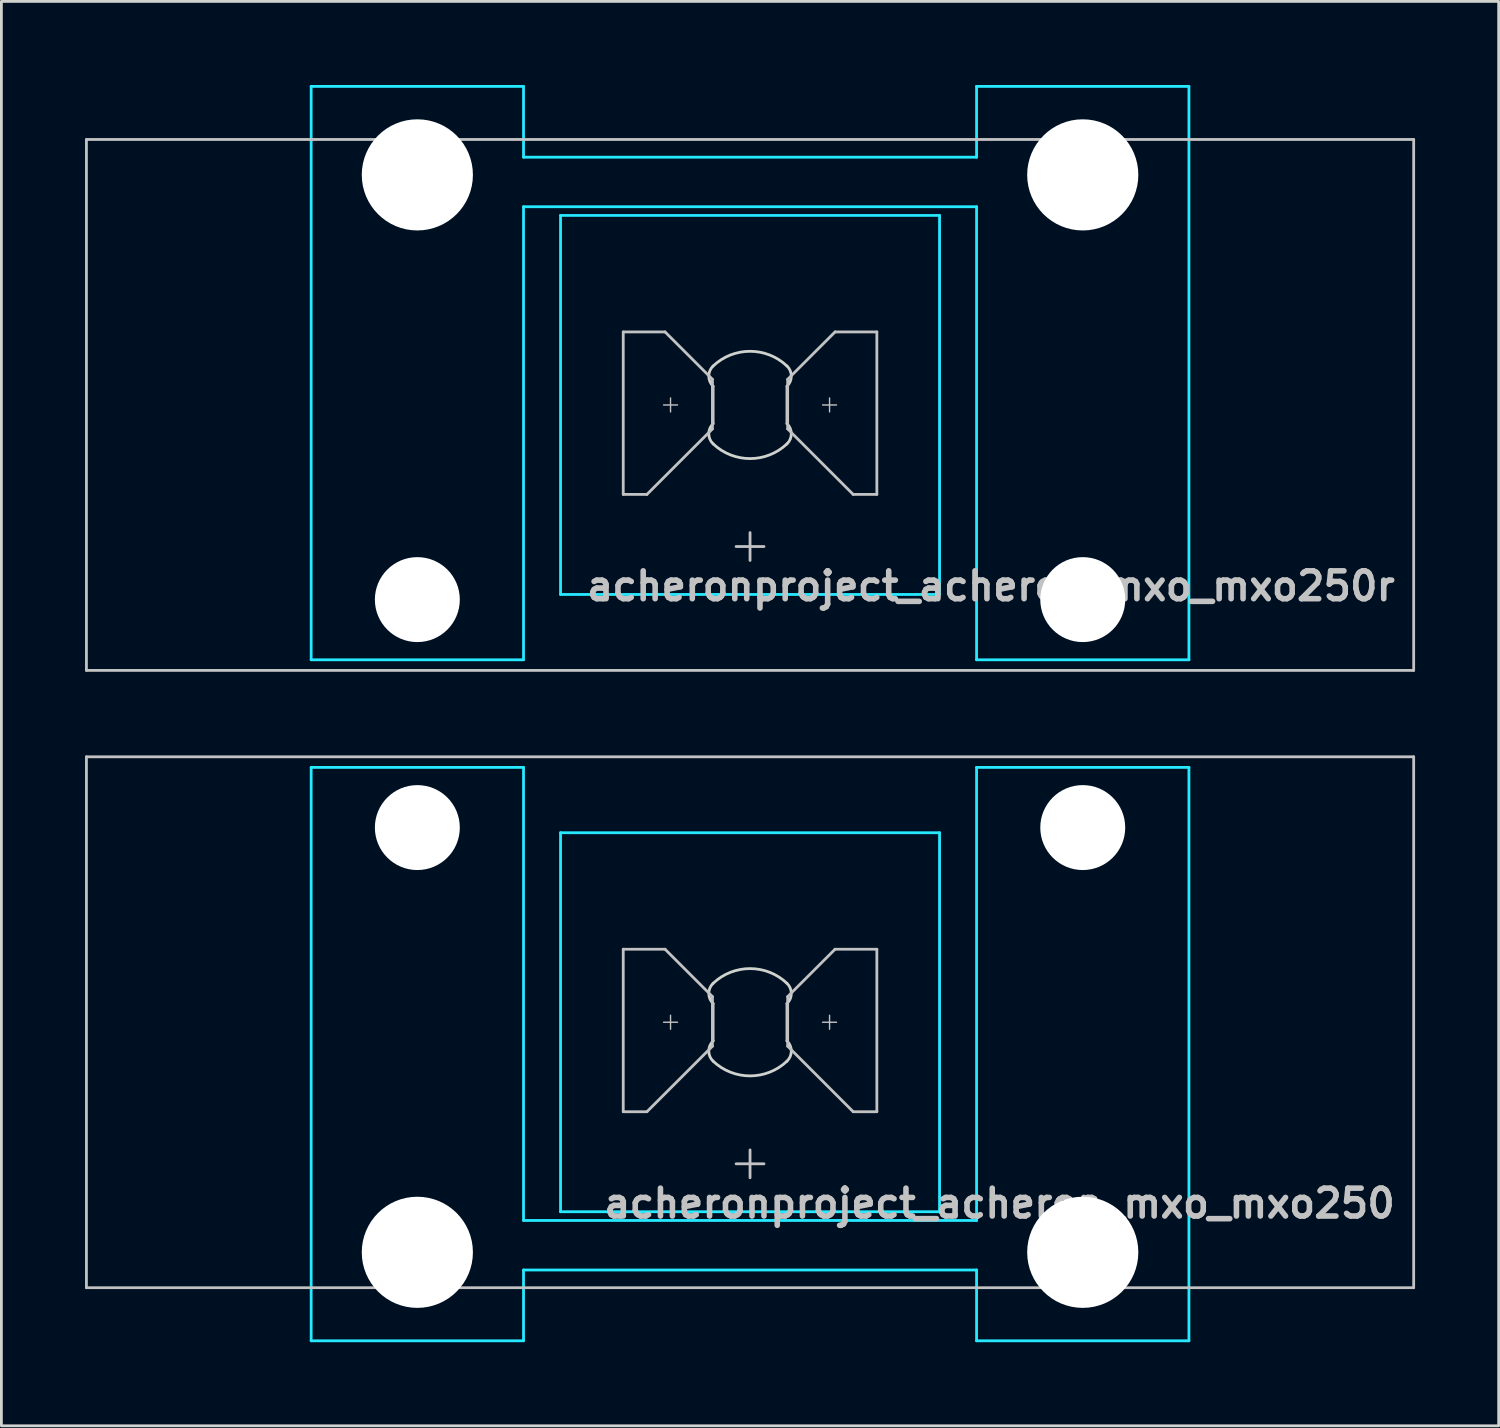
<source format=kicad_pcb>
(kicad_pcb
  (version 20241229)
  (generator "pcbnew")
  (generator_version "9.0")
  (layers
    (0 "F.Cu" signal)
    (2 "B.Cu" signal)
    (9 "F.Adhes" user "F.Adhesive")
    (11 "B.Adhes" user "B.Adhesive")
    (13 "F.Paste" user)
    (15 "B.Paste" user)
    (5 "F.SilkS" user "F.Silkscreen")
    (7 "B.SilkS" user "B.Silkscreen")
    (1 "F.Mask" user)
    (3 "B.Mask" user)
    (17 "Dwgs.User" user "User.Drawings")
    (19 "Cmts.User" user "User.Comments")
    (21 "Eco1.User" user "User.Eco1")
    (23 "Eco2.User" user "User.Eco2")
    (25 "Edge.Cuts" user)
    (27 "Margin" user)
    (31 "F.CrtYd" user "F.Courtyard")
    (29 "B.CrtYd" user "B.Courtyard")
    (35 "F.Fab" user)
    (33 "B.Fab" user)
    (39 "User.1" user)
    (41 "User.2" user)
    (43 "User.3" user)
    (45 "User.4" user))
  (footprint "acheronproject_acheron_mxo_mxo250r"
    (layer "F.Cu")
    (at 23.863 11.48)
    (property "Reference" "acheronproject_acheron_mxo_mxo250r" (at 23.25 6.5 0) (layer "Dwgs.User") (effects (font (size 1 1) (thickness 0.2)) (justify right)))
    (attr through_hole)
    (fp_line (start -23.812 -9.525) (end -23.812 9.525) (stroke (width 0.1) (type solid)) (layer "Dwgs.User"))
    (fp_line (start -23.812 -9.525) (end 23.812 -9.525) (stroke (width 0.1) (type solid)) (layer "Dwgs.User"))
    (fp_line (start -23.812 9.525) (end 23.812 9.525) (stroke (width 0.1) (type solid)) (layer "Dwgs.User"))
    (fp_line (start -4.55 -2.62) (end -3.05 -2.62) (stroke (width 0.1) (type solid)) (layer "Dwgs.User"))
    (fp_line (start -4.55 3.21) (end -4.55 -2.62) (stroke (width 0.1) (type solid)) (layer "Dwgs.User"))
    (fp_line (start -3.7 3.21) (end -4.55 3.21) (stroke (width 0.1) (type solid)) (layer "Dwgs.User"))
    (fp_line (start -3.103 0) (end -2.603 0) (stroke (width 0.05) (type solid)) (layer "Dwgs.User"))
    (fp_line (start -3.05 -2.62) (end -1.35 -0.92) (stroke (width 0.1) (type solid)) (layer "Dwgs.User"))
    (fp_line (start -2.853 -0.25) (end -2.853 0.25) (stroke (width 0.05) (type solid)) (layer "Dwgs.User"))
    (fp_line (start -1.35 -0.92) (end -1.35 0.86) (stroke (width 0.1) (type solid)) (layer "Dwgs.User"))
    (fp_line (start -1.35 0.86) (end -3.7 3.21) (stroke (width 0.1) (type solid)) (layer "Dwgs.User"))
    (fp_line (start -0.5 5.08) (end 0.5 5.08) (stroke (width 0.1) (type solid)) (layer "Dwgs.User"))
    (fp_line (start 0 4.58) (end 0 5.58) (stroke (width 0.1) (type solid)) (layer "Dwgs.User"))
    (fp_line (start 1.35 -0.92) (end 1.35 0.86) (stroke (width 0.1) (type solid)) (layer "Dwgs.User"))
    (fp_line (start 1.35 0.86) (end 3.7 3.21) (stroke (width 0.1) (type solid)) (layer "Dwgs.User"))
    (fp_line (start 2.603 0) (end 3.103 0) (stroke (width 0.05) (type solid)) (layer "Dwgs.User"))
    (fp_line (start 2.853 -0.25) (end 2.853 0.25) (stroke (width 0.05) (type solid)) (layer "Dwgs.User"))
    (fp_line (start 3.05 -2.62) (end 1.35 -0.92) (stroke (width 0.1) (type solid)) (layer "Dwgs.User"))
    (fp_line (start 3.7 3.21) (end 4.55 3.21) (stroke (width 0.1) (type solid)) (layer "Dwgs.User"))
    (fp_line (start 4.55 -2.62) (end 3.05 -2.62) (stroke (width 0.1) (type solid)) (layer "Dwgs.User"))
    (fp_line (start 4.55 3.21) (end 4.55 -2.62) (stroke (width 0.1) (type solid)) (layer "Dwgs.User"))
    (fp_line (start 23.812 -9.525) (end 23.812 9.525) (stroke (width 0.1) (type solid)) (layer "Dwgs.User"))
    (fp_line (start -15.438 -8.515) (end -15.438 5.485) (stroke (width 0.1) (type solid)) (layer "Eco1.User"))
    (fp_line (start -14.938 -9.015) (end -8.938 -9.015) (stroke (width 0.1) (type solid)) (layer "Eco1.User"))
    (fp_line (start -8.938 5.985) (end -14.938 5.985) (stroke (width 0.1) (type solid)) (layer "Eco1.User"))
    (fp_line (start -8.438 5.485) (end -8.438 -8.515) (stroke (width 0.1) (type solid)) (layer "Eco1.User"))
    (fp_line (start -7 -6.5) (end -7 6.5) (stroke (width 0.1) (type solid)) (layer "Eco1.User"))
    (fp_line (start -6.5 7) (end 6.5 7) (stroke (width 0.1) (type solid)) (layer "Eco1.User"))
    (fp_line (start 6.5 -7) (end -6.5 -7) (stroke (width 0.1) (type solid)) (layer "Eco1.User"))
    (fp_line (start 7 6.5) (end 7 -6.5) (stroke (width 0.1) (type solid)) (layer "Eco1.User"))
    (fp_line (start 8.438 -8.515) (end 8.438 5.485) (stroke (width 0.1) (type solid)) (layer "Eco1.User"))
    (fp_line (start 8.938 -9.015) (end 14.938 -9.015) (stroke (width 0.1) (type solid)) (layer "Eco1.User"))
    (fp_line (start 14.938 5.985) (end 8.938 5.985) (stroke (width 0.1) (type solid)) (layer "Eco1.User"))
    (fp_line (start 15.438 5.485) (end 15.438 -8.515) (stroke (width 0.1) (type solid)) (layer "Eco1.User"))
    (fp_arc (start -15.438 -8.515) (mid -15.291553 -8.868553) (end -14.938 -9.015) (stroke (width 0.1) (type solid)) (layer "Eco1.User"))
    (fp_arc (start -14.938 5.985) (mid -15.291553 5.838553) (end -15.438 5.485) (stroke (width 0.1) (type solid)) (layer "Eco1.User"))
    (fp_arc (start -8.938 -9.015) (mid -8.584447 -8.868553) (end -8.438 -8.515) (stroke (width 0.1) (type solid)) (layer "Eco1.User"))
    (fp_arc (start -8.438 5.485) (mid -8.584447 5.838553) (end -8.938 5.985) (stroke (width 0.1) (type solid)) (layer "Eco1.User"))
    (fp_arc (start -7 -6.5) (mid -6.853553 -6.853553) (end -6.5 -7) (stroke (width 0.1) (type solid)) (layer "Eco1.User"))
    (fp_arc (start -6.5 7) (mid -6.853553 6.853553) (end -7 6.5) (stroke (width 0.1) (type solid)) (layer "Eco1.User"))
    (fp_arc (start 6.5 -7) (mid 6.853553 -6.853553) (end 7 -6.5) (stroke (width 0.1) (type solid)) (layer "Eco1.User"))
    (fp_arc (start 7 6.5) (mid 6.853553 6.853553) (end 6.5 7) (stroke (width 0.1) (type solid)) (layer "Eco1.User"))
    (fp_arc (start 8.438 -8.515) (mid 8.584447 -8.868553) (end 8.938 -9.015) (stroke (width 0.1) (type solid)) (layer "Eco1.User"))
    (fp_arc (start 8.938 5.985) (mid 8.584447 5.838553) (end 8.438 5.485) (stroke (width 0.1) (type solid)) (layer "Eco1.User"))
    (fp_arc (start 14.938 -9.015) (mid 15.291553 -8.868553) (end 15.438 -8.515) (stroke (width 0.1) (type solid)) (layer "Eco1.User"))
    (fp_arc (start 15.438 5.485) (mid 15.291553 5.838553) (end 14.938 5.985) (stroke (width 0.1) (type solid)) (layer "Eco1.User"))
    (fp_line (start -1.325 -0.671) (end -1.325 0.671) (stroke (width 0.1) (type solid)) (layer "Edge.Cuts"))
    (fp_line (start 1.325 0.671) (end 1.325 -0.671) (stroke (width 0.1) (type solid)) (layer "Edge.Cuts"))
    (fp_arc (start -1.325 -1.396424) (mid 0 -1.925) (end 1.325 -1.396424) (stroke (width 0.1) (type solid)) (layer "Edge.Cuts"))
    (fp_arc (start -1.325 -0.671009) (mid -1.480844 -1.033717) (end -1.325 -1.396424) (stroke (width 0.1) (type solid)) (layer "Edge.Cuts"))
    (fp_arc (start -1.325 1.396424) (mid -1.480844 1.033717) (end -1.325 0.671009) (stroke (width 0.1) (type solid)) (layer "Edge.Cuts"))
    (fp_arc (start 1.325 -1.396424) (mid 1.480844 -1.033717) (end 1.325 -0.671009) (stroke (width 0.1) (type solid)) (layer "Edge.Cuts"))
    (fp_arc (start 1.325 0.671009) (mid 1.480844 1.033717) (end 1.325 1.396424) (stroke (width 0.1) (type solid)) (layer "Edge.Cuts"))
    (fp_arc (start 1.325 1.396424) (mid 0 1.925) (end -1.325 1.396424) (stroke (width 0.1) (type solid)) (layer "Edge.Cuts"))
    (fp_line (start -15.748 -11.43) (end -8.128 -11.43) (stroke (width 0.1) (type solid)) (layer "B.CrtYd"))
    (fp_line (start -15.748 9.144) (end -15.748 -11.43) (stroke (width 0.1) (type solid)) (layer "B.CrtYd"))
    (fp_line (start -8.128 -11.43) (end -8.128 -8.89) (stroke (width 0.1) (type solid)) (layer "B.CrtYd"))
    (fp_line (start -8.128 9.144) (end -15.748 9.144) (stroke (width 0.1) (type solid)) (layer "B.CrtYd"))
    (fp_line (start -8.128 9.144) (end -8.128 -7.112) (stroke (width 0.1) (type solid)) (layer "B.CrtYd"))
    (fp_line (start -6.8 6.8) (end -6.8 -6.8) (stroke (width 0.1) (type solid)) (layer "B.CrtYd"))
    (fp_line (start 6.8 -6.8) (end -6.8 -6.8) (stroke (width 0.1) (type solid)) (layer "B.CrtYd"))
    (fp_line (start 6.8 6.8) (end -6.8 6.8) (stroke (width 0.1) (type solid)) (layer "B.CrtYd"))
    (fp_line (start 6.8 6.8) (end 6.8 -6.8) (stroke (width 0.1) (type solid)) (layer "B.CrtYd"))
    (fp_line (start 8.128 -11.43) (end 8.128 -8.89) (stroke (width 0.1) (type solid)) (layer "B.CrtYd"))
    (fp_line (start 8.128 -11.43) (end 15.748 -11.43) (stroke (width 0.1) (type solid)) (layer "B.CrtYd"))
    (fp_line (start 8.128 -8.89) (end -8.128 -8.89) (stroke (width 0.1) (type solid)) (layer "B.CrtYd"))
    (fp_line (start 8.128 -7.112) (end -8.128 -7.112) (stroke (width 0.1) (type solid)) (layer "B.CrtYd"))
    (fp_line (start 8.128 9.144) (end 8.128 -7.112) (stroke (width 0.1) (type solid)) (layer "B.CrtYd"))
    (fp_line (start 15.748 -11.43) (end 15.748 9.144) (stroke (width 0.1) (type solid)) (layer "B.CrtYd"))
    (fp_line (start 15.748 9.144) (end 8.128 9.144) (stroke (width 0.1) (type solid)) (layer "B.CrtYd"))
    (pad "" np_thru_hole circle (at -11.938 -8.255 180) (size 3.988 3.988) (drill 3.988) (layers "*.Cu" "*.Mask"))
    (pad "" np_thru_hole circle (at -11.938 6.985 180) (size 3.048 3.048) (drill 3.048) (layers "*.Cu" "*.Mask"))
    (pad "" np_thru_hole circle (at 11.938 -8.255 180) (size 3.988 3.988) (drill 3.988) (layers "*.Cu" "*.Mask"))
    (pad "" np_thru_hole circle (at 11.938 6.985 180) (size 3.048 3.048) (drill 3.048) (layers "*.Cu" "*.Mask")))
  (footprint "acheronproject_acheron_mxo_mxo250"
    (layer "F.Cu")
    (at 23.863 33.63)
    (property "Reference" "acheronproject_acheron_mxo_mxo250" (at 23.25 6.5 0) (layer "Dwgs.User") (effects (font (size 1 1) (thickness 0.2)) (justify right)))
    (attr through_hole)
    (fp_line (start -23.812 -9.525) (end -23.812 9.525) (stroke (width 0.1) (type solid)) (layer "Dwgs.User"))
    (fp_line (start -23.812 -9.525) (end 23.812 -9.525) (stroke (width 0.1) (type solid)) (layer "Dwgs.User"))
    (fp_line (start -23.812 9.525) (end 23.812 9.525) (stroke (width 0.1) (type solid)) (layer "Dwgs.User"))
    (fp_line (start -4.55 -2.62) (end -3.05 -2.62) (stroke (width 0.1) (type solid)) (layer "Dwgs.User"))
    (fp_line (start -4.55 3.21) (end -4.55 -2.62) (stroke (width 0.1) (type solid)) (layer "Dwgs.User"))
    (fp_line (start -3.7 3.21) (end -4.55 3.21) (stroke (width 0.1) (type solid)) (layer "Dwgs.User"))
    (fp_line (start -3.103 0) (end -2.603 0) (stroke (width 0.05) (type solid)) (layer "Dwgs.User"))
    (fp_line (start -3.05 -2.62) (end -1.35 -0.92) (stroke (width 0.1) (type solid)) (layer "Dwgs.User"))
    (fp_line (start -2.853 -0.25) (end -2.853 0.25) (stroke (width 0.05) (type solid)) (layer "Dwgs.User"))
    (fp_line (start -1.35 -0.92) (end -1.35 0.86) (stroke (width 0.1) (type solid)) (layer "Dwgs.User"))
    (fp_line (start -1.35 0.86) (end -3.7 3.21) (stroke (width 0.1) (type solid)) (layer "Dwgs.User"))
    (fp_line (start -0.5 5.08) (end 0.5 5.08) (stroke (width 0.1) (type solid)) (layer "Dwgs.User"))
    (fp_line (start 0 4.58) (end 0 5.58) (stroke (width 0.1) (type solid)) (layer "Dwgs.User"))
    (fp_line (start 1.35 -0.92) (end 1.35 0.86) (stroke (width 0.1) (type solid)) (layer "Dwgs.User"))
    (fp_line (start 1.35 0.86) (end 3.7 3.21) (stroke (width 0.1) (type solid)) (layer "Dwgs.User"))
    (fp_line (start 2.603 0) (end 3.103 0) (stroke (width 0.05) (type solid)) (layer "Dwgs.User"))
    (fp_line (start 2.853 -0.25) (end 2.853 0.25) (stroke (width 0.05) (type solid)) (layer "Dwgs.User"))
    (fp_line (start 3.05 -2.62) (end 1.35 -0.92) (stroke (width 0.1) (type solid)) (layer "Dwgs.User"))
    (fp_line (start 3.7 3.21) (end 4.55 3.21) (stroke (width 0.1) (type solid)) (layer "Dwgs.User"))
    (fp_line (start 4.55 -2.62) (end 3.05 -2.62) (stroke (width 0.1) (type solid)) (layer "Dwgs.User"))
    (fp_line (start 4.55 3.21) (end 4.55 -2.62) (stroke (width 0.1) (type solid)) (layer "Dwgs.User"))
    (fp_line (start 23.812 -9.525) (end 23.812 9.525) (stroke (width 0.1) (type solid)) (layer "Dwgs.User"))
    (fp_line (start -15.438 -5.485) (end -15.438 8.515) (stroke (width 0.1) (type solid)) (layer "Eco1.User"))
    (fp_line (start -14.938 -5.985) (end -8.938 -5.985) (stroke (width 0.1) (type solid)) (layer "Eco1.User"))
    (fp_line (start -8.938 9.015) (end -14.938 9.015) (stroke (width 0.1) (type solid)) (layer "Eco1.User"))
    (fp_line (start -8.438 8.515) (end -8.438 -5.485) (stroke (width 0.1) (type solid)) (layer "Eco1.User"))
    (fp_line (start -7 -6.5) (end -7 6.5) (stroke (width 0.1) (type solid)) (layer "Eco1.User"))
    (fp_line (start -6.5 7) (end 6.5 7) (stroke (width 0.1) (type solid)) (layer "Eco1.User"))
    (fp_line (start 6.5 -7) (end -6.5 -7) (stroke (width 0.1) (type solid)) (layer "Eco1.User"))
    (fp_line (start 7 6.5) (end 7 -6.5) (stroke (width 0.1) (type solid)) (layer "Eco1.User"))
    (fp_line (start 8.438 -5.485) (end 8.438 8.515) (stroke (width 0.1) (type solid)) (layer "Eco1.User"))
    (fp_line (start 8.938 -5.985) (end 14.938 -5.985) (stroke (width 0.1) (type solid)) (layer "Eco1.User"))
    (fp_line (start 14.938 9.015) (end 8.938 9.015) (stroke (width 0.1) (type solid)) (layer "Eco1.User"))
    (fp_line (start 15.438 8.515) (end 15.438 -5.485) (stroke (width 0.1) (type solid)) (layer "Eco1.User"))
    (fp_arc (start -15.438 -5.485) (mid -15.291553 -5.838553) (end -14.938 -5.985) (stroke (width 0.1) (type solid)) (layer "Eco1.User"))
    (fp_arc (start -14.938 9.015) (mid -15.291553 8.868553) (end -15.438 8.515) (stroke (width 0.1) (type solid)) (layer "Eco1.User"))
    (fp_arc (start -8.938 -5.985) (mid -8.584447 -5.838553) (end -8.438 -5.485) (stroke (width 0.1) (type solid)) (layer "Eco1.User"))
    (fp_arc (start -8.438 8.515) (mid -8.584447 8.868553) (end -8.938 9.015) (stroke (width 0.1) (type solid)) (layer "Eco1.User"))
    (fp_arc (start -7 -6.5) (mid -6.853553 -6.853553) (end -6.5 -7) (stroke (width 0.1) (type solid)) (layer "Eco1.User"))
    (fp_arc (start -6.5 7) (mid -6.853553 6.853553) (end -7 6.5) (stroke (width 0.1) (type solid)) (layer "Eco1.User"))
    (fp_arc (start 6.5 -7) (mid 6.853553 -6.853553) (end 7 -6.5) (stroke (width 0.1) (type solid)) (layer "Eco1.User"))
    (fp_arc (start 7 6.5) (mid 6.853553 6.853553) (end 6.5 7) (stroke (width 0.1) (type solid)) (layer "Eco1.User"))
    (fp_arc (start 8.438 -5.485) (mid 8.584447 -5.838553) (end 8.938 -5.985) (stroke (width 0.1) (type solid)) (layer "Eco1.User"))
    (fp_arc (start 8.938 9.015) (mid 8.584447 8.868553) (end 8.438 8.515) (stroke (width 0.1) (type solid)) (layer "Eco1.User"))
    (fp_arc (start 14.938 -5.985) (mid 15.291553 -5.838553) (end 15.438 -5.485) (stroke (width 0.1) (type solid)) (layer "Eco1.User"))
    (fp_arc (start 15.438 8.515) (mid 15.291553 8.868553) (end 14.938 9.015) (stroke (width 0.1) (type solid)) (layer "Eco1.User"))
    (fp_line (start -1.325 -0.671) (end -1.325 0.671) (stroke (width 0.1) (type solid)) (layer "Edge.Cuts"))
    (fp_line (start 1.325 0.671) (end 1.325 -0.671) (stroke (width 0.1) (type solid)) (layer "Edge.Cuts"))
    (fp_arc (start -1.325 -1.396424) (mid 0 -1.925) (end 1.325 -1.396424) (stroke (width 0.1) (type solid)) (layer "Edge.Cuts"))
    (fp_arc (start -1.325 -0.671009) (mid -1.480844 -1.033717) (end -1.325 -1.396424) (stroke (width 0.1) (type solid)) (layer "Edge.Cuts"))
    (fp_arc (start -1.325 1.396424) (mid -1.480844 1.033717) (end -1.325 0.671009) (stroke (width 0.1) (type solid)) (layer "Edge.Cuts"))
    (fp_arc (start 1.325 -1.396424) (mid 1.480844 -1.033717) (end 1.325 -0.671009) (stroke (width 0.1) (type solid)) (layer "Edge.Cuts"))
    (fp_arc (start 1.325 0.671009) (mid 1.480844 1.033717) (end 1.325 1.396424) (stroke (width 0.1) (type solid)) (layer "Edge.Cuts"))
    (fp_arc (start 1.325 1.396424) (mid 0 1.925) (end -1.325 1.396424) (stroke (width 0.1) (type solid)) (layer "Edge.Cuts"))
    (fp_line (start -15.748 -9.144) (end -8.128 -9.144) (stroke (width 0.1) (type solid)) (layer "B.CrtYd"))
    (fp_line (start -15.748 11.43) (end -15.748 -9.144) (stroke (width 0.1) (type solid)) (layer "B.CrtYd"))
    (fp_line (start -8.128 -9.144) (end -8.128 7.112) (stroke (width 0.1) (type solid)) (layer "B.CrtYd"))
    (fp_line (start -8.128 7.112) (end 8.128 7.112) (stroke (width 0.1) (type solid)) (layer "B.CrtYd"))
    (fp_line (start -8.128 8.89) (end 8.128 8.89) (stroke (width 0.1) (type solid)) (layer "B.CrtYd"))
    (fp_line (start -8.128 11.43) (end -15.748 11.43) (stroke (width 0.1) (type solid)) (layer "B.CrtYd"))
    (fp_line (start -8.128 11.43) (end -8.128 8.89) (stroke (width 0.1) (type solid)) (layer "B.CrtYd"))
    (fp_line (start -6.8 6.8) (end -6.8 -6.8) (stroke (width 0.1) (type solid)) (layer "B.CrtYd"))
    (fp_line (start 6.8 -6.8) (end -6.8 -6.8) (stroke (width 0.1) (type solid)) (layer "B.CrtYd"))
    (fp_line (start 6.8 6.8) (end -6.8 6.8) (stroke (width 0.1) (type solid)) (layer "B.CrtYd"))
    (fp_line (start 6.8 6.8) (end 6.8 -6.8) (stroke (width 0.1) (type solid)) (layer "B.CrtYd"))
    (fp_line (start 8.128 -9.144) (end 8.128 7.112) (stroke (width 0.1) (type solid)) (layer "B.CrtYd"))
    (fp_line (start 8.128 -9.144) (end 15.748 -9.144) (stroke (width 0.1) (type solid)) (layer "B.CrtYd"))
    (fp_line (start 8.128 11.43) (end 8.128 8.89) (stroke (width 0.1) (type solid)) (layer "B.CrtYd"))
    (fp_line (start 15.748 -9.144) (end 15.748 11.43) (stroke (width 0.1) (type solid)) (layer "B.CrtYd"))
    (fp_line (start 15.748 11.43) (end 8.128 11.43) (stroke (width 0.1) (type solid)) (layer "B.CrtYd"))
    (pad "" np_thru_hole circle (at -11.938 -6.985) (size 3.048 3.048) (drill 3.048) (layers "*.Cu" "*.Mask"))
    (pad "" np_thru_hole circle (at -11.938 8.255) (size 3.988 3.988) (drill 3.988) (layers "*.Cu" "*.Mask"))
    (pad "" np_thru_hole circle (at 11.938 -6.985) (size 3.048 3.048) (drill 3.048) (layers "*.Cu" "*.Mask"))
    (pad "" np_thru_hole circle (at 11.938 8.255) (size 3.988 3.988) (drill 3.988) (layers "*.Cu" "*.Mask")))
  (gr_rect
    (start -3 -3)
    (end 50.725 48.11)
    (stroke (width 0.1) (type default))
    (fill no)
    (layer "Edge.Cuts")))
</source>
